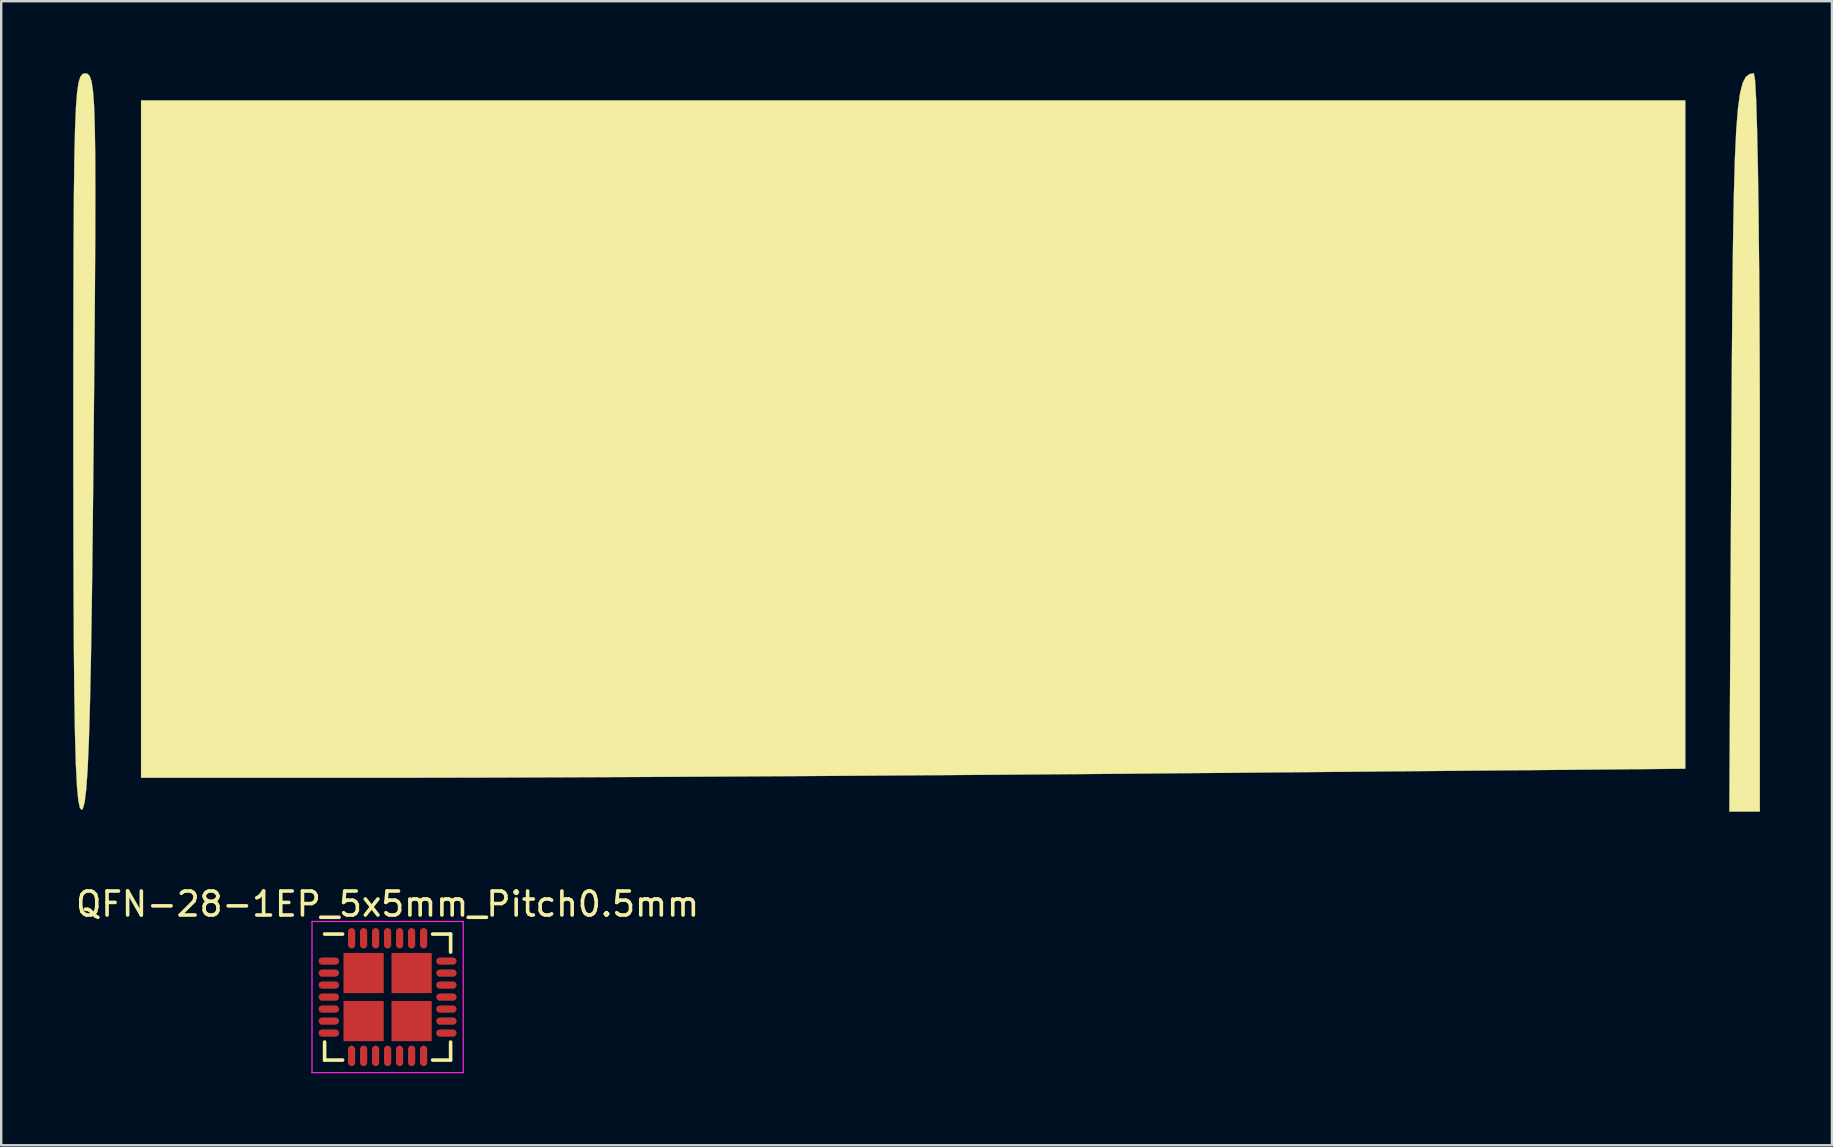
<source format=kicad_pcb>
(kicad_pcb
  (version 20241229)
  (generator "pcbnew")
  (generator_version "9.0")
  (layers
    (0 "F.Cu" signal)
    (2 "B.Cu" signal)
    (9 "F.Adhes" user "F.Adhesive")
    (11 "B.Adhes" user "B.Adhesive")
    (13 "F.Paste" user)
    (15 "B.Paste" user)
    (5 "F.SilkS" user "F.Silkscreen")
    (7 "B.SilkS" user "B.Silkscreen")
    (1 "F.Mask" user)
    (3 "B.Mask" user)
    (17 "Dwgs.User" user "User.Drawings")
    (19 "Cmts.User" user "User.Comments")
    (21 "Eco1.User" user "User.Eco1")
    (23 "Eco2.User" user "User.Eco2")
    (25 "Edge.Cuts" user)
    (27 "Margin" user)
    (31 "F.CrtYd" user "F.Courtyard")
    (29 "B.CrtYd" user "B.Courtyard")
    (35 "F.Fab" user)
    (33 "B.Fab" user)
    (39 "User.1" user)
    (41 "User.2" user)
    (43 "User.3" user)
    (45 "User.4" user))
  (footprint "QFN-28-1EP_5x5mm_Pitch0.5mm"
    (layer "F.Cu")
    (at 13.101 38.496)
    (property "Reference" "QFN-28-1EP_5x5mm_Pitch0.5mm" (at 0 -3.875 0) (layer "F.SilkS") (effects (font (size 1 1) (thickness 0.15))))
    (attr smd)
    (fp_line (start -2.625 -2.625) (end -1.875 -2.625) (stroke (width 0.15) (type solid)) (layer "F.SilkS"))
    (fp_line (start -2.625 2.625) (end -2.625 1.875) (stroke (width 0.15) (type solid)) (layer "F.SilkS"))
    (fp_line (start -2.625 2.625) (end -1.875 2.625) (stroke (width 0.15) (type solid)) (layer "F.SilkS"))
    (fp_line (start 2.625 -2.625) (end 1.875 -2.625) (stroke (width 0.15) (type solid)) (layer "F.SilkS"))
    (fp_line (start 2.625 -2.625) (end 2.625 -1.875) (stroke (width 0.15) (type solid)) (layer "F.SilkS"))
    (fp_line (start 2.625 2.625) (end 1.875 2.625) (stroke (width 0.15) (type solid)) (layer "F.SilkS"))
    (fp_line (start 2.625 2.625) (end 2.625 1.875) (stroke (width 0.15) (type solid)) (layer "F.SilkS"))
    (fp_line (start -3.15 -3.15) (end -3.15 3.15) (stroke (width 0.05) (type solid)) (layer "F.CrtYd"))
    (fp_line (start -3.15 -3.15) (end 3.15 -3.15) (stroke (width 0.05) (type solid)) (layer "F.CrtYd"))
    (fp_line (start -3.15 3.15) (end 3.15 3.15) (stroke (width 0.05) (type solid)) (layer "F.CrtYd"))
    (fp_line (start 3.15 -3.15) (end 3.15 3.15) (stroke (width 0.05) (type solid)) (layer "F.CrtYd"))
    (pad "1" smd oval (at -2.45 -1.5) (size 0.85 0.3) (layers "F.Cu" "F.Mask" "F.Paste"))
    (pad "2" smd oval (at -2.45 -1) (size 0.85 0.3) (layers "F.Cu" "F.Mask" "F.Paste"))
    (pad "3" smd oval (at -2.45 -0.5) (size 0.85 0.3) (layers "F.Cu" "F.Mask" "F.Paste"))
    (pad "4" smd oval (at -2.45 0) (size 0.85 0.3) (layers "F.Cu" "F.Mask" "F.Paste"))
    (pad "5" smd oval (at -2.45 0.5) (size 0.85 0.3) (layers "F.Cu" "F.Mask" "F.Paste"))
    (pad "6" smd oval (at -2.45 1) (size 0.85 0.3) (layers "F.Cu" "F.Mask" "F.Paste"))
    (pad "7" smd oval (at -2.45 1.5) (size 0.85 0.3) (layers "F.Cu" "F.Mask" "F.Paste"))
    (pad "8" smd oval (at -1.5 2.45 90) (size 0.85 0.3) (layers "F.Cu" "F.Mask" "F.Paste"))
    (pad "9" smd oval (at -1 2.45 90) (size 0.85 0.3) (layers "F.Cu" "F.Mask" "F.Paste"))
    (pad "10" smd oval (at -0.5 2.45 90) (size 0.85 0.3) (layers "F.Cu" "F.Mask" "F.Paste"))
    (pad "11" smd oval (at 0 2.45 90) (size 0.85 0.3) (layers "F.Cu" "F.Mask" "F.Paste"))
    (pad "12" smd oval (at 0.5 2.45 90) (size 0.85 0.3) (layers "F.Cu" "F.Mask" "F.Paste"))
    (pad "13" smd oval (at 1 2.45 90) (size 0.85 0.3) (layers "F.Cu" "F.Mask" "F.Paste"))
    (pad "14" smd oval (at 1.5 2.45 90) (size 0.85 0.3) (layers "F.Cu" "F.Mask" "F.Paste"))
    (pad "15" smd oval (at 2.45 1.5) (size 0.85 0.3) (layers "F.Cu" "F.Mask" "F.Paste"))
    (pad "16" smd oval (at 2.45 1) (size 0.85 0.3) (layers "F.Cu" "F.Mask" "F.Paste"))
    (pad "17" smd oval (at 2.45 0.5) (size 0.85 0.3) (layers "F.Cu" "F.Mask" "F.Paste"))
    (pad "18" smd oval (at 2.45 0) (size 0.85 0.3) (layers "F.Cu" "F.Mask" "F.Paste"))
    (pad "19" smd oval (at 2.45 -0.5) (size 0.85 0.3) (layers "F.Cu" "F.Mask" "F.Paste"))
    (pad "20" smd oval (at 2.45 -1) (size 0.85 0.3) (layers "F.Cu" "F.Mask" "F.Paste"))
    (pad "21" smd oval (at 2.45 -1.5) (size 0.85 0.3) (layers "F.Cu" "F.Mask" "F.Paste"))
    (pad "22" smd oval (at 1.5 -2.45 90) (size 0.85 0.3) (layers "F.Cu" "F.Mask" "F.Paste"))
    (pad "23" smd oval (at 1 -2.45 90) (size 0.85 0.3) (layers "F.Cu" "F.Mask" "F.Paste"))
    (pad "24" smd oval (at 0.5 -2.45 90) (size 0.85 0.3) (layers "F.Cu" "F.Mask" "F.Paste"))
    (pad "25" smd oval (at 0 -2.45 90) (size 0.85 0.3) (layers "F.Cu" "F.Mask" "F.Paste"))
    (pad "26" smd oval (at -0.5 -2.45 90) (size 0.85 0.3) (layers "F.Cu" "F.Mask" "F.Paste"))
    (pad "27" smd oval (at -1 -2.45 90) (size 0.85 0.3) (layers "F.Cu" "F.Mask" "F.Paste"))
    (pad "28" smd oval (at -1.5 -2.45 90) (size 0.85 0.3) (layers "F.Cu" "F.Mask" "F.Paste"))
    (pad "29" smd rect (at -1 -1) (size 1.675 1.675) (layers "F.Cu" "F.Mask" "F.Paste"))
    (pad "29" smd rect (at -1 1) (size 1.675 1.675) (layers "F.Cu" "F.Mask" "F.Paste"))
    (pad "29" smd rect (at 1 -1) (size 1.675 1.675) (layers "F.Cu" "F.Mask" "F.Paste"))
    (pad "29" smd rect (at 1 1) (size 1.675 1.675) (layers "F.Cu" "F.Mask" "F.Paste")))
  (footprint "kicad_2"
    (layer "F.Cu")
    (at 35.001 15.245)
    (property "Reference" "kicad_2" (at 0 0 0) (layer "F.SilkS") (effects (font (size 1.524 1.524) (thickness 0.3))))
    (attr through_hole)
    (fp_poly (pts (xy 32.173 13.736) (xy 11.218 13.923) (xy 7.452 13.956) (xy 3.567 13.986) (xy -0.356 14.014) (xy -4.235 14.04) (xy -7.989 14.062) (xy -11.537 14.081) (xy -14.797 14.095) (xy -17.688 14.105) (xy -20.128 14.11) (xy -20.955 14.111) (xy -32.173 14.111) (xy -32.173 -14.111) (xy 32.173 -14.111) (xy 32.173 13.736)) (stroke (width 0.01) (type solid)) (fill yes) (layer "F.SilkS"))
    (fp_poly (pts (xy 35.078 -14.966) (xy 35.123 -14.175) (xy 35.163 -12.916) (xy 35.199 -11.236) (xy 35.228 -9.184) (xy 35.252 -6.808) (xy 35.268 -4.155) (xy 35.277 -1.273) (xy 35.278 0.141) (xy 35.278 15.522) (xy 34.643 15.522) (xy 34.008 15.522) (xy 34.09 0.509) (xy 34.11 -2.879) (xy 34.133 -5.745) (xy 34.16 -8.134) (xy 34.194 -10.087) (xy 34.238 -11.649) (xy 34.294 -12.862) (xy 34.366 -13.77) (xy 34.455 -14.416) (xy 34.564 -14.842) (xy 34.695 -15.093) (xy 34.852 -15.211) (xy 35.03 -15.24) (xy 35.078 -14.966)) (stroke (width 0.01) (type solid)) (fill yes) (layer "F.SilkS"))
    (fp_poly (pts (xy -34.394 -15.215) (xy -34.305 -15.11) (xy -34.231 -14.881) (xy -34.174 -14.484) (xy -34.13 -13.875) (xy -34.101 -13.01) (xy -34.083 -11.845) (xy -34.078 -10.336) (xy -34.082 -8.439) (xy -34.096 -6.11) (xy -34.119 -3.305) (xy -34.149 0.02) (xy -34.149 0.047) (xy -34.184 3.532) (xy -34.22 6.489) (xy -34.258 8.954) (xy -34.3 10.962) (xy -34.347 12.549) (xy -34.399 13.752) (xy -34.459 14.606) (xy -34.526 15.147) (xy -34.603 15.412) (xy -34.643 15.452) (xy -34.722 15.372) (xy -34.789 15.05) (xy -34.845 14.45) (xy -34.891 13.534) (xy -34.927 12.267) (xy -34.955 10.611) (xy -34.975 8.53) (xy -34.987 5.987) (xy -34.994 2.945) (xy -34.996 0.165) (xy -34.995 -3.179) (xy -34.991 -6.002) (xy -34.984 -8.349) (xy -34.971 -10.262) (xy -34.951 -11.787) (xy -34.923 -12.966) (xy -34.885 -13.843) (xy -34.836 -14.462) (xy -34.775 -14.868) (xy -34.7 -15.104) (xy -34.61 -15.213) (xy -34.502 -15.24) (xy -34.502 -15.24) (xy -34.394 -15.215)) (stroke (width 0.01) (type solid)) (fill yes) (layer "F.SilkS")))
  (gr_rect
    (start -3 -3)
    (end 73.283 44.671)
    (stroke (width 0.1) (type default))
    (fill no)
    (layer "Edge.Cuts")))
</source>
